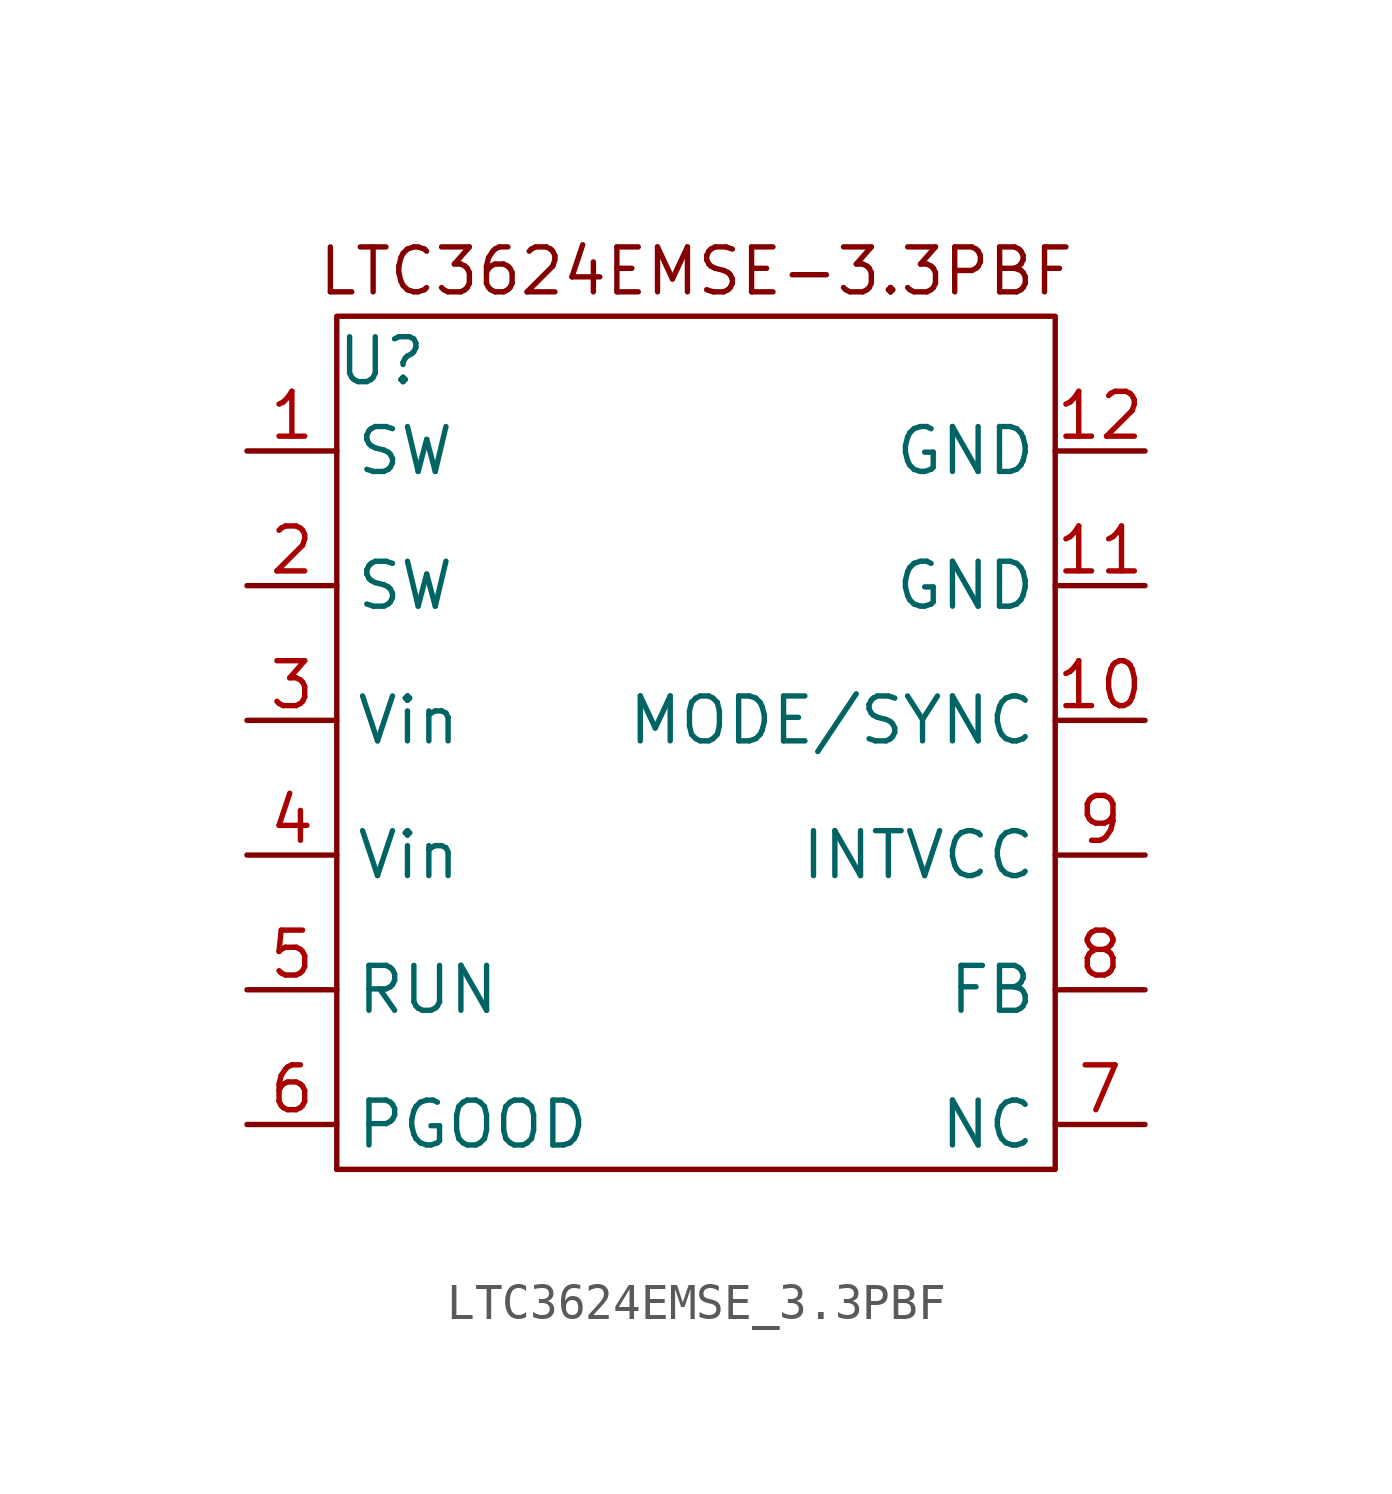
<source format=kicad_sym>
(kicad_symbol_lib
  (version 20220914)
  (generator kicad_symbol_editor)
  (symbol "LTC3624EMSE_3.3PBF"
    (property "Reference" "U"
      (at 1.27 22.86 0)
      (effects (font (size 1.27 1.27))))
    (property "Value" ""
      (at 0 0 0)
      (effects (font (size 1.27 1.27))))
    (symbol "LTC3624EMSE_3.3PBF_0_1"
      (polyline (pts (xy 0 20.32) (xy 0 0)) (stroke (width 0) (type default)) (fill (type none)))
      (polyline (pts (xy 0 20.32) (xy 0 24.13) (xy 20.32 24.13) (xy 20.32 0) (xy 0 0)) (stroke (width 0) (type default)) (fill (type none))))
    (symbol "LTC3624EMSE_3.3PBF_1_1"
      (text "LTC3624EMSE-3.3PBF\n" (at 10.16 25.4 0) (effects (font (size 1.27 1.27))))
      (pin input line (at -2.54 20.32 0) (length 2.54) (name "SW" (effects (font (size 1.27 1.27)))) (number "1" (effects (font (size 1.27 1.27)))))
      (pin input line (at 22.86 12.7 180) (length 2.54) (name "MODE/SYNC" (effects (font (size 1.27 1.27)))) (number "10" (effects (font (size 1.27 1.27)))))
      (pin input line (at 22.86 16.51 180) (length 2.54) (name "GND" (effects (font (size 1.27 1.27)))) (number "11" (effects (font (size 1.27 1.27)))))
      (pin input line (at 22.86 20.32 180) (length 2.54) (name "GND" (effects (font (size 1.27 1.27)))) (number "12" (effects (font (size 1.27 1.27)))))
      (pin input line (at -2.54 16.51 0) (length 2.54) (name "SW" (effects (font (size 1.27 1.27)))) (number "2" (effects (font (size 1.27 1.27)))))
      (pin input line (at -2.54 12.7 0) (length 2.54) (name "Vin" (effects (font (size 1.27 1.27)))) (number "3" (effects (font (size 1.27 1.27)))))
      (pin input line (at -2.54 8.89 0) (length 2.54) (name "Vin" (effects (font (size 1.27 1.27)))) (number "4" (effects (font (size 1.27 1.27)))))
      (pin input line (at -2.54 5.08 0) (length 2.54) (name "RUN" (effects (font (size 1.27 1.27)))) (number "5" (effects (font (size 1.27 1.27)))))
      (pin input line (at -2.54 1.27 0) (length 2.54) (name "PGOOD" (effects (font (size 1.27 1.27)))) (number "6" (effects (font (size 1.27 1.27)))))
      (pin input line (at 22.86 1.27 180) (length 2.54) (name "NC" (effects (font (size 1.27 1.27)))) (number "7" (effects (font (size 1.27 1.27)))))
      (pin input line (at 22.86 5.08 180) (length 2.54) (name "FB" (effects (font (size 1.27 1.27)))) (number "8" (effects (font (size 1.27 1.27)))))
      (pin input line (at 22.86 8.89 180) (length 2.54) (name "INTVCC" (effects (font (size 1.27 1.27)))) (number "9" (effects (font (size 1.27 1.27))))))))
</source>
